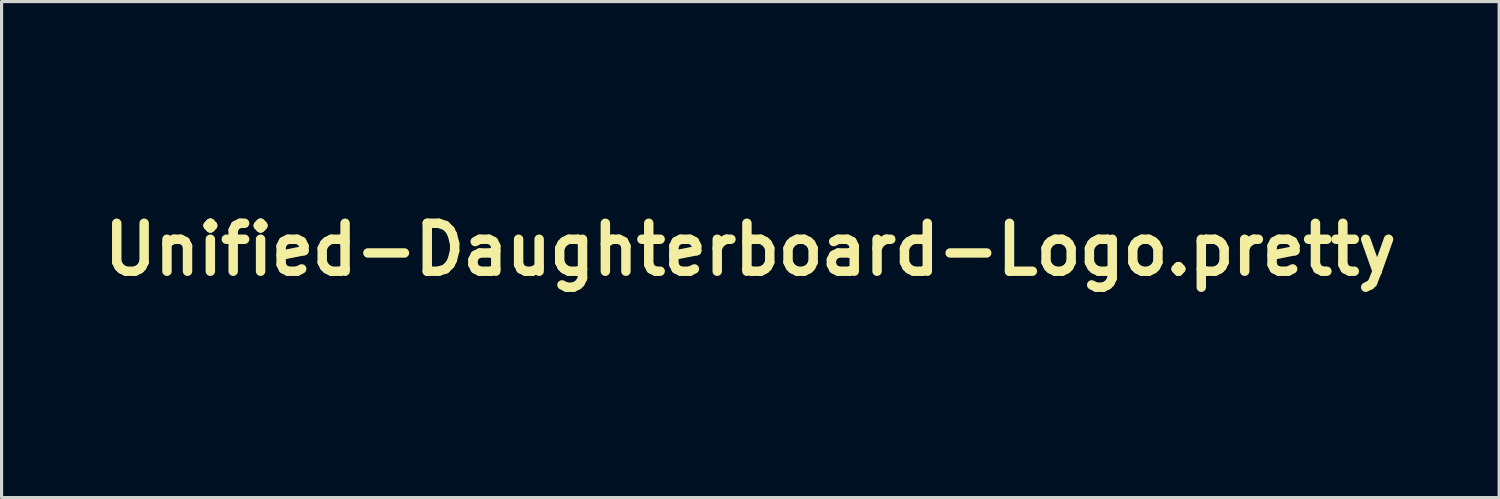
<source format=kicad_pcb>
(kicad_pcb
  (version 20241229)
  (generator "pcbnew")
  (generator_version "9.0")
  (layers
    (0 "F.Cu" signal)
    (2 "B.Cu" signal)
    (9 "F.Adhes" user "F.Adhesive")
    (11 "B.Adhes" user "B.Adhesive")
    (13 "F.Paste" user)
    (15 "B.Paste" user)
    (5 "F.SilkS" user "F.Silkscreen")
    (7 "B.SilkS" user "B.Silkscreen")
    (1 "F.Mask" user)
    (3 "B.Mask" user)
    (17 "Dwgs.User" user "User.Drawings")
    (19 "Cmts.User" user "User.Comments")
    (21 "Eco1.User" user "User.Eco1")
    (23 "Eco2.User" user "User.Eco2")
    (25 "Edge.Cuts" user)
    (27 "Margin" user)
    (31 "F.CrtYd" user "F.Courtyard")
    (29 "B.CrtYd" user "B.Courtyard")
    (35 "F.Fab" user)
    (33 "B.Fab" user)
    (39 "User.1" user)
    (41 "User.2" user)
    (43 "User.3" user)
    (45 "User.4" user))
  (footprint "Unified-Daughterboard-Logo.pretty"
    (layer "F.Cu")
    (at 20.799 4.881)
    (property "Reference" "Unified-Daughterboard-Logo.pretty" (at 0 0 180) (layer "F.SilkS") (effects (font (size 1.524 1.524) (thickness 0.3))))
    (attr through_hole)
    (fp_poly (pts (xy -1.33 2.627) (xy -1.328 2.632) (xy -1.325 2.641) (xy -1.321 2.653) (xy -1.316 2.668) (xy -1.31 2.686) (xy -1.303 2.706) (xy -1.296 2.729) (xy -1.287 2.755) (xy -1.278 2.783) (xy -1.269 2.813) (xy -1.258 2.845) (xy -1.247 2.879) (xy -1.236 2.914) (xy -1.224 2.951) (xy -1.212 2.989) (xy -1.199 3.028) (xy -1.19 3.055) (xy -1.051 3.487) (xy -0.598 3.486) (xy -0.556 3.486) (xy -0.515 3.486) (xy -0.476 3.486) (xy -0.438 3.486) (xy -0.401 3.486) (xy -0.366 3.486) (xy -0.333 3.486) (xy -0.302 3.486) (xy -0.273 3.486) (xy -0.247 3.486) (xy -0.224 3.486) (xy -0.203 3.486) (xy -0.185 3.486) (xy -0.17 3.486) (xy -0.158 3.486) (xy -0.15 3.486) (xy -0.146 3.486) (xy -0.145 3.486) (xy -0.147 3.487) (xy -0.151 3.491) (xy -0.159 3.496) (xy -0.169 3.504) (xy -0.182 3.513) (xy -0.197 3.524) (xy -0.215 3.537) (xy -0.235 3.552) (xy -0.257 3.568) (xy -0.28 3.585) (xy -0.306 3.603) (xy -0.333 3.623) (xy -0.362 3.644) (xy -0.392 3.666) (xy -0.424 3.689) (xy -0.456 3.712) (xy -0.489 3.736) (xy -0.511 3.752) (xy -0.545 3.777) (xy -0.578 3.8) (xy -0.61 3.824) (xy -0.641 3.846) (xy -0.671 3.868) (xy -0.699 3.888) (xy -0.726 3.907) (xy -0.751 3.926) (xy -0.774 3.943) (xy -0.795 3.958) (xy -0.814 3.972) (xy -0.831 3.984) (xy -0.846 3.995) (xy -0.858 4.004) (xy -0.867 4.011) (xy -0.874 4.015) (xy -0.877 4.018) (xy -0.878 4.019) (xy -0.877 4.021) (xy -0.875 4.026) (xy -0.873 4.035) (xy -0.869 4.047) (xy -0.864 4.062) (xy -0.858 4.079) (xy -0.852 4.099) (xy -0.844 4.121) (xy -0.836 4.146) (xy -0.828 4.172) (xy -0.819 4.2) (xy -0.809 4.23) (xy -0.799 4.26) (xy -0.789 4.292) (xy -0.778 4.325) (xy -0.767 4.358) (xy -0.756 4.392) (xy -0.745 4.426) (xy -0.734 4.46) (xy -0.723 4.494) (xy -0.712 4.528) (xy -0.701 4.561) (xy -0.69 4.594) (xy -0.68 4.625) (xy -0.67 4.655) (xy -0.661 4.684) (xy -0.652 4.711) (xy -0.643 4.737) (xy -0.635 4.761) (xy -0.628 4.782) (xy -0.622 4.801) (xy -0.617 4.817) (xy -0.612 4.831) (xy -0.609 4.842) (xy -0.608 4.843) (xy -0.605 4.854) (xy -0.602 4.864) (xy -0.6 4.872) (xy -0.598 4.877) (xy -0.598 4.879) (xy -0.598 4.879) (xy -0.6 4.878) (xy -0.605 4.875) (xy -0.612 4.869) (xy -0.623 4.861) (xy -0.636 4.852) (xy -0.651 4.841) (xy -0.669 4.828) (xy -0.689 4.813) (xy -0.711 4.797) (xy -0.735 4.78) (xy -0.761 4.761) (xy -0.788 4.741) (xy -0.817 4.72) (xy -0.847 4.698) (xy -0.878 4.675) (xy -0.911 4.652) (xy -0.944 4.627) (xy -0.965 4.612) (xy -1.33 4.346) (xy -1.676 4.598) (xy -1.709 4.622) (xy -1.741 4.646) (xy -1.773 4.669) (xy -1.803 4.691) (xy -1.833 4.713) (xy -1.861 4.733) (xy -1.888 4.753) (xy -1.913 4.771) (xy -1.937 4.788) (xy -1.958 4.804) (xy -1.978 4.818) (xy -1.995 4.831) (xy -2.01 4.842) (xy -2.022 4.85) (xy -2.031 4.857) (xy -2.038 4.862) (xy -2.042 4.865) (xy -2.042 4.865) (xy -2.05 4.871) (xy -2.056 4.875) (xy -2.061 4.878) (xy -2.063 4.879) (xy -2.063 4.879) (xy -2.063 4.877) (xy -2.061 4.872) (xy -2.058 4.863) (xy -2.054 4.851) (xy -2.049 4.835) (xy -2.043 4.817) (xy -2.036 4.796) (xy -2.029 4.773) (xy -2.02 4.747) (xy -2.011 4.719) (xy -2.001 4.689) (xy -1.991 4.657) (xy -1.98 4.623) (xy -1.968 4.588) (xy -1.956 4.551) (xy -1.944 4.513) (xy -1.931 4.474) (xy -1.923 4.449) (xy -1.91 4.409) (xy -1.897 4.371) (xy -1.885 4.333) (xy -1.873 4.297) (xy -1.862 4.262) (xy -1.851 4.229) (xy -1.841 4.197) (xy -1.831 4.168) (xy -1.822 4.141) (xy -1.814 4.116) (xy -1.807 4.093) (xy -1.801 4.073) (xy -1.795 4.056) (xy -1.791 4.042) (xy -1.787 4.031) (xy -1.785 4.023) (xy -1.784 4.019) (xy -1.783 4.018) (xy -1.785 4.017) (xy -1.79 4.013) (xy -1.797 4.007) (xy -1.808 4) (xy -1.821 3.99) (xy -1.836 3.979) (xy -1.854 3.966) (xy -1.874 3.951) (xy -1.896 3.935) (xy -1.92 3.918) (xy -1.945 3.899) (xy -1.973 3.88) (xy -2.001 3.859) (xy -2.031 3.837) (xy -2.063 3.814) (xy -2.095 3.791) (xy -2.128 3.767) (xy -2.147 3.754) (xy -2.18 3.729) (xy -2.213 3.705) (xy -2.245 3.682) (xy -2.276 3.66) (xy -2.306 3.638) (xy -2.334 3.618) (xy -2.361 3.599) (xy -2.386 3.581) (xy -2.409 3.564) (xy -2.43 3.548) (xy -2.449 3.535) (xy -2.466 3.522) (xy -2.481 3.512) (xy -2.493 3.503) (xy -2.502 3.496) (xy -2.509 3.492) (xy -2.512 3.489) (xy -2.513 3.488) (xy -2.513 3.488) (xy -2.513 3.488) (xy -2.512 3.488) (xy -2.51 3.487) (xy -2.507 3.487) (xy -2.503 3.487) (xy -2.497 3.487) (xy -2.491 3.486) (xy -2.482 3.486) (xy -2.472 3.486) (xy -2.46 3.486) (xy -2.446 3.486) (xy -2.43 3.486) (xy -2.412 3.486) (xy -2.391 3.486) (xy -2.367 3.486) (xy -2.341 3.486) (xy -2.312 3.486) (xy -2.28 3.486) (xy -2.245 3.486) (xy -2.206 3.486) (xy -2.164 3.486) (xy -2.118 3.486) (xy -2.069 3.486) (xy -2.063 3.486) (xy -1.609 3.487) (xy -1.47 3.057) (xy -1.458 3.017) (xy -1.445 2.978) (xy -1.433 2.94) (xy -1.421 2.904) (xy -1.41 2.869) (xy -1.399 2.836) (xy -1.389 2.804) (xy -1.379 2.775) (xy -1.371 2.748) (xy -1.363 2.723) (xy -1.355 2.7) (xy -1.349 2.68) (xy -1.343 2.663) (xy -1.339 2.649) (xy -1.335 2.638) (xy -1.332 2.63) (xy -1.331 2.626) (xy -1.331 2.625)) (stroke (width 0) (type solid)) (fill yes) (layer "F.Mask"))
    (fp_poly (pts (xy 1.319 2.631) (xy 1.321 2.636) (xy 1.324 2.645) (xy 1.328 2.658) (xy 1.333 2.673) (xy 1.339 2.691) (xy 1.346 2.712) (xy 1.354 2.735) (xy 1.362 2.761) (xy 1.371 2.789) (xy 1.381 2.819) (xy 1.391 2.851) (xy 1.402 2.885) (xy 1.414 2.921) (xy 1.425 2.958) (xy 1.438 2.996) (xy 1.45 3.035) (xy 1.459 3.06) (xy 1.597 3.49) (xy 2.051 3.49) (xy 2.098 3.49) (xy 2.143 3.49) (xy 2.186 3.49) (xy 2.227 3.49) (xy 2.266 3.49) (xy 2.302 3.49) (xy 2.336 3.49) (xy 2.367 3.49) (xy 2.395 3.49) (xy 2.42 3.49) (xy 2.442 3.49) (xy 2.461 3.49) (xy 2.476 3.49) (xy 2.488 3.491) (xy 2.497 3.491) (xy 2.502 3.491) (xy 2.503 3.491) (xy 2.501 3.492) (xy 2.496 3.496) (xy 2.489 3.501) (xy 2.478 3.509) (xy 2.465 3.518) (xy 2.45 3.53) (xy 2.432 3.543) (xy 2.412 3.557) (xy 2.39 3.573) (xy 2.366 3.59) (xy 2.34 3.609) (xy 2.313 3.629) (xy 2.284 3.649) (xy 2.254 3.671) (xy 2.223 3.694) (xy 2.19 3.717) (xy 2.157 3.741) (xy 2.14 3.754) (xy 2.106 3.778) (xy 2.073 3.802) (xy 2.041 3.825) (xy 2.01 3.847) (xy 1.981 3.869) (xy 1.952 3.889) (xy 1.926 3.909) (xy 1.901 3.927) (xy 1.877 3.943) (xy 1.856 3.959) (xy 1.837 3.973) (xy 1.82 3.985) (xy 1.806 3.995) (xy 1.794 4.004) (xy 1.785 4.011) (xy 1.778 4.015) (xy 1.775 4.018) (xy 1.774 4.018) (xy 1.773 4.019) (xy 1.773 4.019) (xy 1.773 4.02) (xy 1.773 4.021) (xy 1.773 4.023) (xy 1.773 4.025) (xy 1.774 4.029) (xy 1.775 4.033) (xy 1.777 4.038) (xy 1.779 4.045) (xy 1.781 4.053) (xy 1.784 4.062) (xy 1.788 4.074) (xy 1.792 4.087) (xy 1.797 4.102) (xy 1.802 4.119) (xy 1.808 4.139) (xy 1.816 4.161) (xy 1.823 4.185) (xy 1.832 4.212) (xy 1.842 4.242) (xy 1.853 4.275) (xy 1.865 4.311) (xy 1.878 4.35) (xy 1.891 4.393) (xy 1.907 4.439) (xy 1.911 4.452) (xy 1.924 4.491) (xy 1.936 4.53) (xy 1.949 4.568) (xy 1.96 4.604) (xy 1.972 4.639) (xy 1.983 4.672) (xy 1.993 4.703) (xy 2.003 4.733) (xy 2.011 4.76) (xy 2.02 4.785) (xy 2.027 4.808) (xy 2.033 4.828) (xy 2.039 4.845) (xy 2.044 4.859) (xy 2.047 4.87) (xy 2.05 4.878) (xy 2.051 4.882) (xy 2.051 4.883) (xy 2.05 4.882) (xy 2.045 4.879) (xy 2.038 4.873) (xy 2.028 4.866) (xy 2.015 4.857) (xy 1.999 4.846) (xy 1.982 4.833) (xy 1.962 4.819) (xy 1.94 4.803) (xy 1.916 4.785) (xy 1.891 4.767) (xy 1.864 4.747) (xy 1.835 4.726) (xy 1.805 4.704) (xy 1.774 4.682) (xy 1.741 4.658) (xy 1.708 4.634) (xy 1.685 4.617) (xy 1.318 4.349) (xy 1.312 4.354) (xy 1.31 4.355) (xy 1.305 4.359) (xy 1.297 4.365) (xy 1.286 4.373) (xy 1.273 4.383) (xy 1.257 4.394) (xy 1.239 4.407) (xy 1.218 4.422) (xy 1.196 4.438) (xy 1.172 4.456) (xy 1.146 4.475) (xy 1.119 4.495) (xy 1.09 4.516) (xy 1.06 4.538) (xy 1.028 4.561) (xy 0.996 4.585) (xy 0.963 4.609) (xy 0.947 4.62) (xy 0.914 4.644) (xy 0.881 4.668) (xy 0.849 4.691) (xy 0.819 4.714) (xy 0.789 4.735) (xy 0.762 4.756) (xy 0.735 4.775) (xy 0.71 4.793) (xy 0.688 4.809) (xy 0.667 4.825) (xy 0.648 4.838) (xy 0.631 4.851) (xy 0.617 4.861) (xy 0.605 4.869) (xy 0.596 4.876) (xy 0.59 4.88) (xy 0.587 4.883) (xy 0.586 4.883) (xy 0.586 4.882) (xy 0.587 4.877) (xy 0.589 4.87) (xy 0.592 4.861) (xy 0.596 4.85) (xy 0.597 4.847) (xy 0.598 4.841) (xy 0.601 4.832) (xy 0.605 4.82) (xy 0.61 4.804) (xy 0.616 4.786) (xy 0.623 4.764) (xy 0.631 4.741) (xy 0.64 4.714) (xy 0.649 4.686) (xy 0.659 4.656) (xy 0.669 4.624) (xy 0.681 4.59) (xy 0.692 4.555) (xy 0.704 4.518) (xy 0.716 4.481) (xy 0.729 4.443) (xy 0.738 4.416) (xy 0.753 4.37) (xy 0.766 4.327) (xy 0.779 4.288) (xy 0.791 4.253) (xy 0.801 4.22) (xy 0.811 4.191) (xy 0.82 4.164) (xy 0.827 4.14) (xy 0.834 4.119) (xy 0.84 4.101) (xy 0.845 4.084) (xy 0.85 4.07) (xy 0.854 4.058) (xy 0.857 4.048) (xy 0.859 4.04) (xy 0.861 4.033) (xy 0.862 4.028) (xy 0.863 4.024) (xy 0.864 4.021) (xy 0.864 4.02) (xy 0.864 4.019) (xy 0.862 4.018) (xy 0.857 4.015) (xy 0.849 4.009) (xy 0.839 4.001) (xy 0.826 3.992) (xy 0.81 3.98) (xy 0.792 3.967) (xy 0.772 3.953) (xy 0.75 3.937) (xy 0.726 3.92) (xy 0.7 3.901) (xy 0.673 3.881) (xy 0.644 3.86) (xy 0.614 3.838) (xy 0.583 3.816) (xy 0.55 3.792) (xy 0.517 3.768) (xy 0.499 3.755) (xy 0.465 3.731) (xy 0.432 3.707) (xy 0.4 3.684) (xy 0.369 3.661) (xy 0.34 3.64) (xy 0.312 3.62) (xy 0.285 3.6) (xy 0.26 3.582) (xy 0.237 3.566) (xy 0.216 3.55) (xy 0.197 3.537) (xy 0.18 3.524) (xy 0.166 3.514) (xy 0.154 3.505) (xy 0.145 3.499) (xy 0.138 3.494) (xy 0.135 3.492) (xy 0.134 3.491) (xy 0.136 3.491) (xy 0.142 3.491) (xy 0.151 3.491) (xy 0.164 3.49) (xy 0.181 3.49) (xy 0.201 3.49) (xy 0.226 3.49) (xy 0.253 3.49) (xy 0.285 3.49) (xy 0.319 3.49) (xy 0.357 3.49) (xy 0.399 3.49) (xy 0.443 3.49) (xy 0.491 3.49) (xy 0.543 3.49) (xy 0.586 3.49) (xy 1.039 3.49) (xy 1.178 3.059) (xy 1.191 3.019) (xy 1.204 2.98) (xy 1.216 2.942) (xy 1.228 2.906) (xy 1.239 2.871) (xy 1.25 2.838) (xy 1.26 2.807) (xy 1.27 2.778) (xy 1.278 2.75) (xy 1.287 2.725) (xy 1.294 2.703) (xy 1.3 2.683) (xy 1.306 2.666) (xy 1.311 2.652) (xy 1.314 2.641) (xy 1.317 2.634) (xy 1.318 2.63) (xy 1.319 2.629)) (stroke (width 0) (type solid)) (fill yes) (layer "F.Mask"))
    (fp_poly (pts (xy 2.493 -3.97) (xy 2.495 -3.965) (xy 2.498 -3.956) (xy 2.502 -3.944) (xy 2.507 -3.929) (xy 2.512 -3.911) (xy 2.519 -3.891) (xy 2.526 -3.869) (xy 2.534 -3.844) (xy 2.543 -3.818) (xy 2.552 -3.789) (xy 2.562 -3.759) (xy 2.572 -3.728) (xy 2.582 -3.696) (xy 2.593 -3.662) (xy 2.604 -3.628) (xy 2.615 -3.594) (xy 2.627 -3.559) (xy 2.638 -3.523) (xy 2.649 -3.488) (xy 2.661 -3.453) (xy 2.672 -3.419) (xy 2.683 -3.385) (xy 2.693 -3.352) (xy 2.704 -3.32) (xy 2.713 -3.289) (xy 2.723 -3.26) (xy 2.732 -3.232) (xy 2.74 -3.206) (xy 2.748 -3.182) (xy 2.755 -3.161) (xy 2.761 -3.141) (xy 2.765 -3.13) (xy 2.771 -3.111) (xy 3.225 -3.112) (xy 3.274 -3.112) (xy 3.32 -3.112) (xy 3.363 -3.112) (xy 3.402 -3.113) (xy 3.437 -3.113) (xy 3.469 -3.113) (xy 3.499 -3.113) (xy 3.525 -3.113) (xy 3.549 -3.113) (xy 3.57 -3.113) (xy 3.588 -3.113) (xy 3.605 -3.113) (xy 3.619 -3.113) (xy 3.631 -3.113) (xy 3.641 -3.113) (xy 3.65 -3.112) (xy 3.657 -3.112) (xy 3.663 -3.112) (xy 3.667 -3.112) (xy 3.67 -3.112) (xy 3.673 -3.111) (xy 3.674 -3.111) (xy 3.675 -3.111) (xy 3.675 -3.11) (xy 3.675 -3.11) (xy 3.675 -3.11) (xy 3.673 -3.108) (xy 3.668 -3.105) (xy 3.66 -3.099) (xy 3.649 -3.091) (xy 3.636 -3.081) (xy 3.62 -3.07) (xy 3.602 -3.057) (xy 3.582 -3.042) (xy 3.56 -3.026) (xy 3.536 -3.009) (xy 3.51 -2.99) (xy 3.483 -2.97) (xy 3.454 -2.949) (xy 3.423 -2.927) (xy 3.392 -2.905) (xy 3.359 -2.881) (xy 3.326 -2.857) (xy 3.307 -2.843) (xy 2.943 -2.58) (xy 2.954 -2.548) (xy 2.958 -2.535) (xy 2.963 -2.519) (xy 2.97 -2.5) (xy 2.977 -2.479) (xy 2.984 -2.456) (xy 2.993 -2.43) (xy 3.002 -2.403) (xy 3.011 -2.374) (xy 3.021 -2.344) (xy 3.031 -2.312) (xy 3.042 -2.28) (xy 3.053 -2.247) (xy 3.064 -2.213) (xy 3.075 -2.179) (xy 3.086 -2.144) (xy 3.097 -2.11) (xy 3.109 -2.075) (xy 3.12 -2.042) (xy 3.13 -2.008) (xy 3.141 -1.976) (xy 3.151 -1.945) (xy 3.161 -1.914) (xy 3.171 -1.886) (xy 3.179 -1.858) (xy 3.188 -1.833) (xy 3.195 -1.81) (xy 3.202 -1.788) (xy 3.208 -1.77) (xy 3.213 -1.754) (xy 3.218 -1.74) (xy 3.221 -1.73) (xy 3.223 -1.723) (xy 3.224 -1.719) (xy 3.224 -1.719) (xy 3.223 -1.72) (xy 3.218 -1.723) (xy 3.211 -1.729) (xy 3.2 -1.736) (xy 3.187 -1.745) (xy 3.172 -1.757) (xy 3.154 -1.769) (xy 3.135 -1.784) (xy 3.113 -1.8) (xy 3.089 -1.817) (xy 3.063 -1.836) (xy 3.036 -1.855) (xy 3.007 -1.876) (xy 2.977 -1.898) (xy 2.946 -1.921) (xy 2.914 -1.945) (xy 2.881 -1.969) (xy 2.859 -1.985) (xy 2.825 -2.009) (xy 2.792 -2.033) (xy 2.76 -2.057) (xy 2.729 -2.079) (xy 2.699 -2.101) (xy 2.671 -2.121) (xy 2.644 -2.141) (xy 2.619 -2.159) (xy 2.596 -2.176) (xy 2.575 -2.191) (xy 2.555 -2.205) (xy 2.538 -2.217) (xy 2.524 -2.228) (xy 2.512 -2.236) (xy 2.502 -2.243) (xy 2.496 -2.248) (xy 2.492 -2.25) (xy 2.491 -2.251) (xy 2.489 -2.25) (xy 2.484 -2.246) (xy 2.477 -2.241) (xy 2.466 -2.233) (xy 2.453 -2.224) (xy 2.438 -2.213) (xy 2.42 -2.2) (xy 2.4 -2.185) (xy 2.378 -2.169) (xy 2.354 -2.152) (xy 2.328 -2.133) (xy 2.301 -2.113) (xy 2.272 -2.092) (xy 2.242 -2.07) (xy 2.211 -2.048) (xy 2.179 -2.024) (xy 2.145 -2) (xy 2.125 -1.985) (xy 2.091 -1.96) (xy 2.058 -1.936) (xy 2.026 -1.913) (xy 1.996 -1.89) (xy 1.966 -1.869) (xy 1.938 -1.848) (xy 1.911 -1.829) (xy 1.886 -1.811) (xy 1.863 -1.794) (xy 1.842 -1.778) (xy 1.823 -1.765) (xy 1.806 -1.752) (xy 1.792 -1.742) (xy 1.78 -1.733) (xy 1.77 -1.726) (xy 1.764 -1.722) (xy 1.76 -1.719) (xy 1.76 -1.719) (xy 1.76 -1.72) (xy 1.761 -1.725) (xy 1.764 -1.733) (xy 1.767 -1.744) (xy 1.771 -1.757) (xy 1.775 -1.771) (xy 1.781 -1.787) (xy 1.783 -1.795) (xy 1.806 -1.865) (xy 1.827 -1.93) (xy 1.848 -1.993) (xy 1.867 -2.051) (xy 1.885 -2.106) (xy 1.902 -2.158) (xy 1.918 -2.207) (xy 1.933 -2.252) (xy 1.946 -2.294) (xy 1.959 -2.333) (xy 1.971 -2.368) (xy 1.981 -2.401) (xy 1.991 -2.431) (xy 2 -2.458) (xy 2.008 -2.482) (xy 2.015 -2.503) (xy 2.021 -2.521) (xy 2.026 -2.537) (xy 2.03 -2.551) (xy 2.033 -2.562) (xy 2.036 -2.57) (xy 2.038 -2.576) (xy 2.039 -2.58) (xy 2.039 -2.581) (xy 2.039 -2.581) (xy 2.038 -2.582) (xy 2.033 -2.586) (xy 2.026 -2.591) (xy 2.015 -2.599) (xy 2.002 -2.608) (xy 1.987 -2.619) (xy 1.969 -2.632) (xy 1.949 -2.646) (xy 1.927 -2.662) (xy 1.903 -2.68) (xy 1.878 -2.698) (xy 1.85 -2.718) (xy 1.822 -2.739) (xy 1.791 -2.76) (xy 1.76 -2.783) (xy 1.728 -2.807) (xy 1.694 -2.831) (xy 1.673 -2.846) (xy 1.639 -2.87) (xy 1.606 -2.894) (xy 1.574 -2.917) (xy 1.543 -2.94) (xy 1.514 -2.961) (xy 1.485 -2.982) (xy 1.459 -3.001) (xy 1.433 -3.019) (xy 1.41 -3.036) (xy 1.389 -3.051) (xy 1.37 -3.065) (xy 1.353 -3.078) (xy 1.338 -3.088) (xy 1.326 -3.097) (xy 1.317 -3.104) (xy 1.31 -3.108) (xy 1.307 -3.111) (xy 1.306 -3.112) (xy 1.308 -3.112) (xy 1.313 -3.112) (xy 1.322 -3.112) (xy 1.335 -3.112) (xy 1.351 -3.112) (xy 1.371 -3.112) (xy 1.394 -3.113) (xy 1.42 -3.113) (xy 1.449 -3.113) (xy 1.481 -3.113) (xy 1.516 -3.113) (xy 1.553 -3.113) (xy 1.593 -3.113) (xy 1.635 -3.112) (xy 1.68 -3.112) (xy 1.727 -3.112) (xy 1.758 -3.112) (xy 2.213 -3.111) (xy 2.352 -3.542) (xy 2.365 -3.582) (xy 2.377 -3.621) (xy 2.389 -3.658) (xy 2.401 -3.695) (xy 2.413 -3.73) (xy 2.423 -3.763) (xy 2.433 -3.794) (xy 2.443 -3.823) (xy 2.452 -3.851) (xy 2.46 -3.876) (xy 2.467 -3.898) (xy 2.474 -3.918) (xy 2.48 -3.935) (xy 2.484 -3.949) (xy 2.488 -3.96) (xy 2.49 -3.967) (xy 2.492 -3.971) (xy 2.492 -3.972)) (stroke (width 0) (type solid)) (fill yes) (layer "F.Mask"))
    (fp_poly (pts (xy -3.812 -1.687) (xy -3.81 -1.682) (xy -3.807 -1.673) (xy -3.803 -1.661) (xy -3.798 -1.646) (xy -3.793 -1.628) (xy -3.786 -1.607) (xy -3.778 -1.584) (xy -3.77 -1.558) (xy -3.761 -1.53) (xy -3.751 -1.5) (xy -3.741 -1.468) (xy -3.73 -1.434) (xy -3.718 -1.398) (xy -3.706 -1.362) (xy -3.694 -1.324) (xy -3.681 -1.284) (xy -3.673 -1.258) (xy -3.534 -0.826) (xy -3.079 -0.827) (xy -3.027 -0.828) (xy -2.98 -0.828) (xy -2.935 -0.828) (xy -2.895 -0.828) (xy -2.858 -0.828) (xy -2.824 -0.828) (xy -2.793 -0.828) (xy -2.765 -0.828) (xy -2.741 -0.828) (xy -2.719 -0.828) (xy -2.699 -0.828) (xy -2.683 -0.828) (xy -2.669 -0.828) (xy -2.657 -0.828) (xy -2.647 -0.827) (xy -2.64 -0.827) (xy -2.634 -0.827) (xy -2.63 -0.827) (xy -2.628 -0.827) (xy -2.628 -0.826) (xy -2.628 -0.826) (xy -2.63 -0.825) (xy -2.634 -0.821) (xy -2.642 -0.816) (xy -2.653 -0.808) (xy -2.666 -0.799) (xy -2.682 -0.787) (xy -2.699 -0.774) (xy -2.72 -0.76) (xy -2.742 -0.744) (xy -2.766 -0.726) (xy -2.792 -0.708) (xy -2.819 -0.688) (xy -2.848 -0.667) (xy -2.878 -0.645) (xy -2.91 -0.622) (xy -2.942 -0.599) (xy -2.975 -0.575) (xy -2.995 -0.56) (xy -3.029 -0.536) (xy -3.062 -0.512) (xy -3.094 -0.489) (xy -3.125 -0.467) (xy -3.155 -0.445) (xy -3.183 -0.425) (xy -3.209 -0.405) (xy -3.234 -0.387) (xy -3.257 -0.37) (xy -3.279 -0.355) (xy -3.298 -0.341) (xy -3.314 -0.329) (xy -3.329 -0.318) (xy -3.341 -0.309) (xy -3.35 -0.303) (xy -3.356 -0.298) (xy -3.36 -0.295) (xy -3.36 -0.295) (xy -3.36 -0.293) (xy -3.358 -0.287) (xy -3.355 -0.278) (xy -3.351 -0.266) (xy -3.346 -0.25) (xy -3.34 -0.232) (xy -3.333 -0.211) (xy -3.326 -0.188) (xy -3.317 -0.162) (xy -3.308 -0.134) (xy -3.298 -0.104) (xy -3.288 -0.072) (xy -3.277 -0.038) (xy -3.265 -0.003) (xy -3.253 0.034) (xy -3.241 0.072) (xy -3.228 0.111) (xy -3.22 0.135) (xy -3.207 0.175) (xy -3.194 0.214) (xy -3.182 0.251) (xy -3.17 0.288) (xy -3.159 0.322) (xy -3.148 0.355) (xy -3.138 0.387) (xy -3.128 0.416) (xy -3.12 0.443) (xy -3.112 0.468) (xy -3.104 0.491) (xy -3.098 0.51) (xy -3.092 0.527) (xy -3.088 0.541) (xy -3.084 0.552) (xy -3.082 0.56) (xy -3.081 0.564) (xy -3.08 0.565) (xy -3.082 0.564) (xy -3.087 0.561) (xy -3.094 0.555) (xy -3.104 0.548) (xy -3.117 0.539) (xy -3.133 0.528) (xy -3.15 0.515) (xy -3.17 0.5) (xy -3.192 0.485) (xy -3.216 0.467) (xy -3.241 0.449) (xy -3.269 0.429) (xy -3.297 0.408) (xy -3.327 0.386) (xy -3.359 0.364) (xy -3.391 0.34) (xy -3.424 0.316) (xy -3.446 0.3) (xy -3.48 0.275) (xy -3.513 0.251) (xy -3.545 0.228) (xy -3.576 0.205) (xy -3.605 0.184) (xy -3.633 0.163) (xy -3.66 0.144) (xy -3.685 0.126) (xy -3.708 0.109) (xy -3.73 0.093) (xy -3.749 0.079) (xy -3.766 0.067) (xy -3.78 0.057) (xy -3.792 0.048) (xy -3.802 0.041) (xy -3.808 0.036) (xy -3.812 0.034) (xy -3.813 0.033) (xy -3.814 0.034) (xy -3.819 0.038) (xy -3.827 0.043) (xy -3.837 0.051) (xy -3.85 0.06) (xy -3.865 0.071) (xy -3.883 0.084) (xy -3.903 0.099) (xy -3.925 0.115) (xy -3.949 0.132) (xy -3.975 0.15) (xy -4.002 0.17) (xy -4.031 0.191) (xy -4.061 0.213) (xy -4.092 0.236) (xy -4.124 0.259) (xy -4.157 0.284) (xy -4.178 0.298) (xy -4.211 0.323) (xy -4.244 0.347) (xy -4.276 0.37) (xy -4.307 0.393) (xy -4.337 0.414) (xy -4.365 0.435) (xy -4.391 0.454) (xy -4.416 0.473) (xy -4.44 0.49) (xy -4.461 0.505) (xy -4.48 0.519) (xy -4.497 0.531) (xy -4.511 0.542) (xy -4.523 0.551) (xy -4.533 0.557) (xy -4.539 0.562) (xy -4.543 0.565) (xy -4.544 0.565) (xy -4.545 0.566) (xy -4.545 0.563) (xy -4.545 0.562) (xy -4.544 0.56) (xy -4.542 0.554) (xy -4.539 0.545) (xy -4.535 0.532) (xy -4.53 0.517) (xy -4.524 0.498) (xy -4.517 0.477) (xy -4.51 0.454) (xy -4.501 0.428) (xy -4.492 0.399) (xy -4.482 0.369) (xy -4.471 0.337) (xy -4.46 0.303) (xy -4.449 0.268) (xy -4.437 0.231) (xy -4.424 0.193) (xy -4.411 0.154) (xy -4.404 0.132) (xy -4.392 0.093) (xy -4.379 0.054) (xy -4.367 0.017) (xy -4.355 -0.019) (xy -4.344 -0.054) (xy -4.333 -0.087) (xy -4.323 -0.118) (xy -4.313 -0.147) (xy -4.304 -0.174) (xy -4.296 -0.199) (xy -4.289 -0.221) (xy -4.283 -0.241) (xy -4.277 -0.258) (xy -4.273 -0.272) (xy -4.269 -0.283) (xy -4.267 -0.29) (xy -4.266 -0.294) (xy -4.265 -0.295) (xy -4.267 -0.296) (xy -4.272 -0.3) (xy -4.279 -0.305) (xy -4.289 -0.313) (xy -4.302 -0.322) (xy -4.318 -0.333) (xy -4.335 -0.346) (xy -4.355 -0.361) (xy -4.377 -0.377) (xy -4.401 -0.394) (xy -4.427 -0.413) (xy -4.454 -0.433) (xy -4.483 -0.454) (xy -4.513 -0.475) (xy -4.544 -0.498) (xy -4.576 -0.522) (xy -4.61 -0.546) (xy -4.63 -0.56) (xy -4.664 -0.585) (xy -4.697 -0.609) (xy -4.729 -0.632) (xy -4.76 -0.654) (xy -4.79 -0.676) (xy -4.818 -0.696) (xy -4.845 -0.716) (xy -4.87 -0.734) (xy -4.893 -0.751) (xy -4.914 -0.766) (xy -4.934 -0.78) (xy -4.951 -0.792) (xy -4.965 -0.803) (xy -4.977 -0.811) (xy -4.987 -0.818) (xy -4.993 -0.823) (xy -4.997 -0.826) (xy -4.998 -0.826) (xy -4.997 -0.827) (xy -4.995 -0.827) (xy -4.992 -0.827) (xy -4.986 -0.827) (xy -4.979 -0.827) (xy -4.969 -0.828) (xy -4.958 -0.828) (xy -4.944 -0.828) (xy -4.927 -0.828) (xy -4.908 -0.828) (xy -4.886 -0.828) (xy -4.862 -0.828) (xy -4.835 -0.828) (xy -4.804 -0.828) (xy -4.77 -0.828) (xy -4.733 -0.828) (xy -4.693 -0.828) (xy -4.649 -0.828) (xy -4.601 -0.828) (xy -4.55 -0.827) (xy -4.546 -0.827) (xy -4.092 -0.826) (xy -3.953 -1.258) (xy -3.94 -1.297) (xy -3.927 -1.336) (xy -3.915 -1.374) (xy -3.903 -1.41) (xy -3.892 -1.445) (xy -3.881 -1.478) (xy -3.871 -1.51) (xy -3.862 -1.539) (xy -3.853 -1.567) (xy -3.845 -1.592) (xy -3.837 -1.614) (xy -3.831 -1.634) (xy -3.825 -1.651) (xy -3.821 -1.665) (xy -3.817 -1.676) (xy -3.815 -1.684) (xy -3.813 -1.688) (xy -3.813 -1.689)) (stroke (width 0) (type solid)) (fill yes) (layer "F.Mask"))
    (fp_poly (pts (xy -3.355 0.922) (xy -3.353 0.928) (xy -3.35 0.937) (xy -3.346 0.949) (xy -3.342 0.964) (xy -3.336 0.982) (xy -3.329 1.003) (xy -3.321 1.027) (xy -3.313 1.053) (xy -3.304 1.081) (xy -3.294 1.111) (xy -3.284 1.143) (xy -3.273 1.177) (xy -3.261 1.212) (xy -3.249 1.249) (xy -3.237 1.287) (xy -3.225 1.326) (xy -3.217 1.349) (xy -3.204 1.389) (xy -3.192 1.427) (xy -3.18 1.465) (xy -3.168 1.501) (xy -3.157 1.536) (xy -3.146 1.569) (xy -3.136 1.6) (xy -3.126 1.63) (xy -3.118 1.657) (xy -3.11 1.682) (xy -3.102 1.704) (xy -3.096 1.724) (xy -3.09 1.741) (xy -3.086 1.755) (xy -3.082 1.766) (xy -3.08 1.774) (xy -3.078 1.778) (xy -3.078 1.779) (xy -3.077 1.779) (xy -3.075 1.779) (xy -3.072 1.779) (xy -3.066 1.78) (xy -3.059 1.78) (xy -3.051 1.78) (xy -3.04 1.78) (xy -3.027 1.78) (xy -3.012 1.78) (xy -2.994 1.781) (xy -2.974 1.781) (xy -2.951 1.781) (xy -2.926 1.781) (xy -2.897 1.781) (xy -2.866 1.781) (xy -2.831 1.781) (xy -2.793 1.781) (xy -2.752 1.781) (xy -2.707 1.781) (xy -2.658 1.781) (xy -2.623 1.781) (xy -2.572 1.781) (xy -2.524 1.781) (xy -2.48 1.781) (xy -2.44 1.781) (xy -2.402 1.781) (xy -2.369 1.781) (xy -2.338 1.781) (xy -2.311 1.781) (xy -2.286 1.781) (xy -2.264 1.782) (xy -2.245 1.782) (xy -2.228 1.782) (xy -2.214 1.782) (xy -2.202 1.782) (xy -2.193 1.782) (xy -2.185 1.782) (xy -2.18 1.783) (xy -2.176 1.783) (xy -2.174 1.783) (xy -2.173 1.783) (xy -2.173 1.783) (xy -2.175 1.785) (xy -2.18 1.788) (xy -2.188 1.794) (xy -2.198 1.802) (xy -2.211 1.811) (xy -2.227 1.822) (xy -2.245 1.835) (xy -2.265 1.85) (xy -2.287 1.866) (xy -2.311 1.883) (xy -2.337 1.902) (xy -2.364 1.922) (xy -2.393 1.943) (xy -2.424 1.965) (xy -2.455 1.987) (xy -2.487 2.011) (xy -2.521 2.035) (xy -2.541 2.049) (xy -2.905 2.313) (xy -2.898 2.335) (xy -2.893 2.35) (xy -2.887 2.367) (xy -2.881 2.386) (xy -2.873 2.408) (xy -2.866 2.432) (xy -2.857 2.459) (xy -2.848 2.486) (xy -2.838 2.516) (xy -2.828 2.547) (xy -2.818 2.578) (xy -2.807 2.611) (xy -2.796 2.645) (xy -2.785 2.679) (xy -2.774 2.714) (xy -2.762 2.749) (xy -2.751 2.783) (xy -2.74 2.818) (xy -2.729 2.852) (xy -2.718 2.885) (xy -2.707 2.918) (xy -2.697 2.949) (xy -2.687 2.979) (xy -2.678 3.008) (xy -2.669 3.035) (xy -2.661 3.061) (xy -2.653 3.084) (xy -2.646 3.105) (xy -2.64 3.124) (xy -2.635 3.14) (xy -2.631 3.153) (xy -2.628 3.163) (xy -2.625 3.17) (xy -2.624 3.173) (xy -2.624 3.174) (xy -2.626 3.172) (xy -2.631 3.169) (xy -2.638 3.164) (xy -2.648 3.156) (xy -2.661 3.147) (xy -2.677 3.136) (xy -2.694 3.123) (xy -2.714 3.109) (xy -2.736 3.093) (xy -2.76 3.076) (xy -2.786 3.057) (xy -2.813 3.037) (xy -2.841 3.016) (xy -2.872 2.994) (xy -2.903 2.972) (xy -2.935 2.948) (xy -2.968 2.924) (xy -2.991 2.908) (xy -3.356 2.641) (xy -3.363 2.645) (xy -3.365 2.647) (xy -3.37 2.651) (xy -3.378 2.657) (xy -3.389 2.664) (xy -3.402 2.674) (xy -3.418 2.686) (xy -3.436 2.699) (xy -3.456 2.714) (xy -3.479 2.73) (xy -3.503 2.748) (xy -3.529 2.766) (xy -3.556 2.787) (xy -3.585 2.808) (xy -3.615 2.83) (xy -3.647 2.853) (xy -3.679 2.876) (xy -3.712 2.9) (xy -3.728 2.912) (xy -3.762 2.936) (xy -3.794 2.96) (xy -3.826 2.983) (xy -3.856 3.006) (xy -3.886 3.027) (xy -3.914 3.047) (xy -3.94 3.066) (xy -3.965 3.084) (xy -3.988 3.101) (xy -4.008 3.116) (xy -4.027 3.13) (xy -4.044 3.142) (xy -4.058 3.152) (xy -4.069 3.161) (xy -4.078 3.167) (xy -4.085 3.171) (xy -4.088 3.174) (xy -4.088 3.174) (xy -4.089 3.173) (xy -4.089 3.173) (xy -4.088 3.171) (xy -4.087 3.165) (xy -4.084 3.156) (xy -4.08 3.144) (xy -4.075 3.129) (xy -4.069 3.111) (xy -4.062 3.09) (xy -4.055 3.066) (xy -4.046 3.041) (xy -4.037 3.013) (xy -4.027 2.982) (xy -4.017 2.95) (xy -4.006 2.917) (xy -3.994 2.881) (xy -3.982 2.844) (xy -3.97 2.806) (xy -3.957 2.767) (xy -3.949 2.742) (xy -3.933 2.695) (xy -3.919 2.652) (xy -3.906 2.612) (xy -3.894 2.575) (xy -3.883 2.541) (xy -3.873 2.51) (xy -3.864 2.483) (xy -3.856 2.458) (xy -3.848 2.435) (xy -3.842 2.415) (xy -3.836 2.397) (xy -3.831 2.382) (xy -3.827 2.368) (xy -3.823 2.357) (xy -3.82 2.347) (xy -3.818 2.338) (xy -3.816 2.331) (xy -3.814 2.326) (xy -3.813 2.321) (xy -3.812 2.318) (xy -3.811 2.315) (xy -3.811 2.313) (xy -3.811 2.312) (xy -3.811 2.311) (xy -3.812 2.31) (xy -3.812 2.31) (xy -3.814 2.309) (xy -3.819 2.305) (xy -3.827 2.299) (xy -3.837 2.292) (xy -3.85 2.282) (xy -3.866 2.271) (xy -3.884 2.258) (xy -3.904 2.243) (xy -3.926 2.227) (xy -3.951 2.209) (xy -3.976 2.191) (xy -4.004 2.171) (xy -4.033 2.15) (xy -4.063 2.128) (xy -4.094 2.105) (xy -4.127 2.082) (xy -4.16 2.058) (xy -4.177 2.046) (xy -4.211 2.021) (xy -4.244 1.997) (xy -4.276 1.974) (xy -4.306 1.952) (xy -4.336 1.931) (xy -4.364 1.911) (xy -4.39 1.891) (xy -4.415 1.873) (xy -4.438 1.857) (xy -4.459 1.841) (xy -4.478 1.828) (xy -4.495 1.816) (xy -4.51 1.805) (xy -4.521 1.797) (xy -4.53 1.79) (xy -4.537 1.786) (xy -4.54 1.783) (xy -4.541 1.783) (xy -4.539 1.782) (xy -4.533 1.782) (xy -4.524 1.782) (xy -4.511 1.782) (xy -4.495 1.782) (xy -4.476 1.782) (xy -4.454 1.782) (xy -4.428 1.781) (xy -4.4 1.781) (xy -4.369 1.781) (xy -4.335 1.781) (xy -4.299 1.781) (xy -4.261 1.781) (xy -4.22 1.781) (xy -4.178 1.781) (xy -4.133 1.781) (xy -4.089 1.781) (xy -3.635 1.781) (xy -3.496 1.35) (xy -3.483 1.31) (xy -3.471 1.271) (xy -3.459 1.234) (xy -3.447 1.198) (xy -3.436 1.163) (xy -3.425 1.13) (xy -3.415 1.098) (xy -3.405 1.069) (xy -3.396 1.042) (xy -3.388 1.017) (xy -3.381 0.994) (xy -3.374 0.975) (xy -3.369 0.958) (xy -3.364 0.944) (xy -3.36 0.933) (xy -3.358 0.925) (xy -3.356 0.921) (xy -3.356 0.92)) (stroke (width 0) (type solid)) (fill yes) (layer "F.Mask"))
    (fp_poly (pts (xy 0.005 -4.88) (xy 0.007 -4.875) (xy 0.01 -4.868) (xy 0.013 -4.859) (xy 0.016 -4.85) (xy 0.018 -4.845) (xy 0.02 -4.836) (xy 0.024 -4.824) (xy 0.029 -4.809) (xy 0.035 -4.791) (xy 0.042 -4.77) (xy 0.049 -4.747) (xy 0.057 -4.721) (xy 0.067 -4.693) (xy 0.076 -4.663) (xy 0.086 -4.631) (xy 0.097 -4.597) (xy 0.109 -4.562) (xy 0.12 -4.526) (xy 0.132 -4.489) (xy 0.145 -4.451) (xy 0.155 -4.418) (xy 0.283 -4.02) (xy 0.737 -4.021) (xy 0.779 -4.021) (xy 0.82 -4.022) (xy 0.86 -4.022) (xy 0.898 -4.022) (xy 0.934 -4.022) (xy 0.969 -4.022) (xy 1.002 -4.022) (xy 1.033 -4.022) (xy 1.062 -4.022) (xy 1.088 -4.022) (xy 1.112 -4.022) (xy 1.133 -4.022) (xy 1.151 -4.022) (xy 1.166 -4.022) (xy 1.178 -4.022) (xy 1.186 -4.022) (xy 1.19 -4.022) (xy 1.191 -4.022) (xy 1.19 -4.021) (xy 1.185 -4.017) (xy 1.178 -4.012) (xy 1.167 -4.004) (xy 1.154 -3.995) (xy 1.139 -3.984) (xy 1.121 -3.971) (xy 1.102 -3.957) (xy 1.08 -3.941) (xy 1.056 -3.923) (xy 1.03 -3.905) (xy 1.003 -3.885) (xy 0.974 -3.864) (xy 0.944 -3.843) (xy 0.913 -3.82) (xy 0.88 -3.796) (xy 0.847 -3.772) (xy 0.824 -3.756) (xy 0.79 -3.731) (xy 0.757 -3.707) (xy 0.725 -3.684) (xy 0.694 -3.662) (xy 0.664 -3.64) (xy 0.636 -3.62) (xy 0.609 -3.6) (xy 0.584 -3.582) (xy 0.561 -3.565) (xy 0.54 -3.55) (xy 0.52 -3.536) (xy 0.503 -3.523) (xy 0.489 -3.513) (xy 0.477 -3.504) (xy 0.468 -3.497) (xy 0.461 -3.492) (xy 0.457 -3.489) (xy 0.457 -3.488) (xy 0.457 -3.486) (xy 0.459 -3.481) (xy 0.462 -3.472) (xy 0.466 -3.46) (xy 0.471 -3.444) (xy 0.477 -3.426) (xy 0.484 -3.405) (xy 0.491 -3.382) (xy 0.5 -3.356) (xy 0.509 -3.328) (xy 0.519 -3.298) (xy 0.529 -3.266) (xy 0.54 -3.232) (xy 0.552 -3.197) (xy 0.564 -3.16) (xy 0.576 -3.122) (xy 0.589 -3.083) (xy 0.597 -3.057) (xy 0.61 -3.018) (xy 0.623 -2.979) (xy 0.635 -2.941) (xy 0.647 -2.905) (xy 0.659 -2.87) (xy 0.669 -2.837) (xy 0.68 -2.806) (xy 0.689 -2.777) (xy 0.698 -2.749) (xy 0.706 -2.725) (xy 0.714 -2.702) (xy 0.72 -2.682) (xy 0.725 -2.665) (xy 0.73 -2.651) (xy 0.734 -2.64) (xy 0.736 -2.633) (xy 0.737 -2.628) (xy 0.737 -2.628) (xy 0.736 -2.629) (xy 0.731 -2.632) (xy 0.724 -2.637) (xy 0.713 -2.645) (xy 0.701 -2.654) (xy 0.685 -2.665) (xy 0.668 -2.678) (xy 0.648 -2.692) (xy 0.626 -2.708) (xy 0.602 -2.726) (xy 0.576 -2.744) (xy 0.549 -2.764) (xy 0.521 -2.785) (xy 0.491 -2.807) (xy 0.459 -2.83) (xy 0.427 -2.853) (xy 0.394 -2.877) (xy 0.371 -2.894) (xy 0.338 -2.918) (xy 0.305 -2.943) (xy 0.273 -2.966) (xy 0.242 -2.988) (xy 0.212 -3.01) (xy 0.184 -3.03) (xy 0.157 -3.05) (xy 0.132 -3.068) (xy 0.108 -3.085) (xy 0.087 -3.1) (xy 0.068 -3.114) (xy 0.051 -3.126) (xy 0.036 -3.137) (xy 0.024 -3.145) (xy 0.014 -3.152) (xy 0.008 -3.157) (xy 0.004 -3.159) (xy 0.003 -3.16) (xy 0.001 -3.158) (xy -0.003 -3.155) (xy -0.011 -3.149) (xy -0.022 -3.142) (xy -0.035 -3.132) (xy -0.05 -3.121) (xy -0.068 -3.108) (xy -0.088 -3.094) (xy -0.11 -3.078) (xy -0.134 -3.06) (xy -0.16 -3.042) (xy -0.187 -3.022) (xy -0.216 -3.001) (xy -0.246 -2.979) (xy -0.277 -2.956) (xy -0.309 -2.933) (xy -0.343 -2.908) (xy -0.362 -2.894) (xy -0.395 -2.87) (xy -0.428 -2.846) (xy -0.46 -2.823) (xy -0.491 -2.8) (xy -0.52 -2.779) (xy -0.549 -2.758) (xy -0.575 -2.739) (xy -0.6 -2.721) (xy -0.623 -2.704) (xy -0.644 -2.688) (xy -0.663 -2.674) (xy -0.68 -2.662) (xy -0.695 -2.652) (xy -0.707 -2.643) (xy -0.716 -2.636) (xy -0.722 -2.631) (xy -0.726 -2.629) (xy -0.727 -2.628) (xy -0.728 -2.628) (xy -0.728 -2.631) (xy -0.728 -2.632) (xy -0.727 -2.634) (xy -0.725 -2.64) (xy -0.722 -2.649) (xy -0.718 -2.661) (xy -0.713 -2.677) (xy -0.707 -2.695) (xy -0.7 -2.716) (xy -0.692 -2.74) (xy -0.684 -2.766) (xy -0.675 -2.794) (xy -0.665 -2.825) (xy -0.654 -2.857) (xy -0.643 -2.891) (xy -0.632 -2.926) (xy -0.619 -2.963) (xy -0.607 -3.001) (xy -0.594 -3.04) (xy -0.587 -3.061) (xy -0.574 -3.101) (xy -0.562 -3.139) (xy -0.55 -3.177) (xy -0.538 -3.213) (xy -0.526 -3.248) (xy -0.516 -3.281) (xy -0.505 -3.312) (xy -0.496 -3.341) (xy -0.487 -3.368) (xy -0.479 -3.393) (xy -0.472 -3.415) (xy -0.465 -3.435) (xy -0.46 -3.452) (xy -0.455 -3.465) (xy -0.452 -3.476) (xy -0.449 -3.484) (xy -0.448 -3.488) (xy -0.448 -3.488) (xy -0.449 -3.489) (xy -0.454 -3.493) (xy -0.462 -3.499) (xy -0.472 -3.506) (xy -0.485 -3.516) (xy -0.5 -3.527) (xy -0.518 -3.54) (xy -0.537 -3.554) (xy -0.559 -3.57) (xy -0.583 -3.587) (xy -0.609 -3.606) (xy -0.636 -3.626) (xy -0.665 -3.647) (xy -0.695 -3.669) (xy -0.726 -3.691) (xy -0.759 -3.715) (xy -0.792 -3.739) (xy -0.813 -3.754) (xy -0.847 -3.779) (xy -0.88 -3.802) (xy -0.912 -3.826) (xy -0.943 -3.848) (xy -0.972 -3.869) (xy -1.001 -3.89) (xy -1.027 -3.909) (xy -1.053 -3.928) (xy -1.076 -3.944) (xy -1.097 -3.96) (xy -1.116 -3.974) (xy -1.133 -3.986) (xy -1.148 -3.997) (xy -1.16 -4.005) (xy -1.169 -4.012) (xy -1.176 -4.017) (xy -1.18 -4.02) (xy -1.18 -4.02) (xy -1.179 -4.021) (xy -1.176 -4.021) (xy -1.171 -4.021) (xy -1.163 -4.021) (xy -1.153 -4.021) (xy -1.14 -4.022) (xy -1.124 -4.022) (xy -1.106 -4.022) (xy -1.084 -4.022) (xy -1.06 -4.022) (xy -1.032 -4.022) (xy -1.001 -4.022) (xy -0.967 -4.022) (xy -0.93 -4.022) (xy -0.889 -4.022) (xy -0.844 -4.022) (xy -0.796 -4.021) (xy -0.744 -4.021) (xy -0.729 -4.021) (xy -0.275 -4.02) (xy -0.268 -4.041) (xy -0.254 -4.083) (xy -0.241 -4.126) (xy -0.227 -4.169) (xy -0.213 -4.212) (xy -0.199 -4.256) (xy -0.185 -4.299) (xy -0.171 -4.341) (xy -0.158 -4.384) (xy -0.144 -4.425) (xy -0.131 -4.466) (xy -0.118 -4.506) (xy -0.106 -4.545) (xy -0.093 -4.582) (xy -0.082 -4.618) (xy -0.071 -4.652) (xy -0.06 -4.685) (xy -0.05 -4.716) (xy -0.041 -4.744) (xy -0.032 -4.771) (xy -0.025 -4.795) (xy -0.018 -4.816) (xy -0.012 -4.835) (xy -0.006 -4.85) (xy -0.002 -4.863) (xy 0.001 -4.872) (xy 0.003 -4.879) (xy 0.004 -4.881) (xy 0.004 -4.881)) (stroke (width 0) (type solid)) (fill yes) (layer "F.Mask"))
    (fp_poly (pts (xy 3.35 0.931) (xy 3.352 0.937) (xy 3.355 0.946) (xy 3.359 0.958) (xy 3.364 0.973) (xy 3.37 0.991) (xy 3.377 1.012) (xy 3.384 1.035) (xy 3.393 1.061) (xy 3.402 1.089) (xy 3.412 1.119) (xy 3.422 1.152) (xy 3.433 1.185) (xy 3.444 1.221) (xy 3.456 1.258) (xy 3.469 1.296) (xy 3.481 1.335) (xy 3.489 1.36) (xy 3.628 1.79) (xy 4.082 1.789) (xy 4.124 1.789) (xy 4.165 1.789) (xy 4.204 1.789) (xy 4.242 1.789) (xy 4.279 1.789) (xy 4.314 1.789) (xy 4.347 1.789) (xy 4.378 1.789) (xy 4.407 1.789) (xy 4.433 1.789) (xy 4.457 1.789) (xy 4.478 1.789) (xy 4.496 1.79) (xy 4.511 1.79) (xy 4.522 1.79) (xy 4.53 1.79) (xy 4.535 1.79) (xy 4.536 1.79) (xy 4.534 1.791) (xy 4.53 1.794) (xy 4.522 1.8) (xy 4.512 1.807) (xy 4.499 1.817) (xy 4.484 1.828) (xy 4.466 1.841) (xy 4.446 1.855) (xy 4.424 1.871) (xy 4.4 1.888) (xy 4.375 1.907) (xy 4.347 1.926) (xy 4.319 1.947) (xy 4.289 1.969) (xy 4.257 1.992) (xy 4.225 2.015) (xy 4.192 2.039) (xy 4.172 2.053) (xy 4.138 2.078) (xy 4.105 2.102) (xy 4.073 2.125) (xy 4.042 2.147) (xy 4.012 2.169) (xy 3.984 2.189) (xy 3.957 2.209) (xy 3.932 2.227) (xy 3.909 2.244) (xy 3.888 2.259) (xy 3.868 2.273) (xy 3.851 2.285) (xy 3.837 2.296) (xy 3.825 2.305) (xy 3.815 2.312) (xy 3.809 2.316) (xy 3.805 2.319) (xy 3.804 2.32) (xy 3.804 2.32) (xy 3.804 2.321) (xy 3.804 2.322) (xy 3.804 2.324) (xy 3.805 2.327) (xy 3.806 2.331) (xy 3.807 2.336) (xy 3.809 2.342) (xy 3.811 2.349) (xy 3.814 2.358) (xy 3.817 2.369) (xy 3.821 2.381) (xy 3.825 2.395) (xy 3.831 2.412) (xy 3.837 2.43) (xy 3.843 2.451) (xy 3.851 2.474) (xy 3.859 2.5) (xy 3.869 2.529) (xy 3.879 2.561) (xy 3.89 2.595) (xy 3.903 2.633) (xy 3.916 2.675) (xy 3.931 2.72) (xy 3.942 2.753) (xy 3.955 2.793) (xy 3.968 2.831) (xy 3.98 2.869) (xy 3.992 2.905) (xy 4.003 2.94) (xy 4.014 2.973) (xy 4.024 3.005) (xy 4.034 3.034) (xy 4.043 3.061) (xy 4.051 3.086) (xy 4.058 3.109) (xy 4.064 3.129) (xy 4.07 3.146) (xy 4.075 3.16) (xy 4.078 3.171) (xy 4.081 3.178) (xy 4.082 3.183) (xy 4.082 3.184) (xy 4.08 3.182) (xy 4.076 3.179) (xy 4.068 3.174) (xy 4.058 3.166) (xy 4.045 3.157) (xy 4.03 3.146) (xy 4.012 3.133) (xy 3.992 3.119) (xy 3.97 3.103) (xy 3.947 3.085) (xy 3.921 3.067) (xy 3.894 3.047) (xy 3.865 3.026) (xy 3.835 3.004) (xy 3.804 2.981) (xy 3.771 2.958) (xy 3.738 2.934) (xy 3.716 2.917) (xy 3.675 2.888) (xy 3.637 2.86) (xy 3.603 2.835) (xy 3.571 2.812) (xy 3.542 2.79) (xy 3.515 2.771) (xy 3.491 2.753) (xy 3.469 2.738) (xy 3.45 2.724) (xy 3.432 2.711) (xy 3.417 2.7) (xy 3.403 2.69) (xy 3.391 2.682) (xy 3.381 2.675) (xy 3.373 2.669) (xy 3.366 2.664) (xy 3.36 2.66) (xy 3.355 2.657) (xy 3.352 2.655) (xy 3.349 2.653) (xy 3.348 2.653) (xy 3.347 2.652) (xy 3.346 2.652) (xy 3.344 2.654) (xy 3.34 2.657) (xy 3.332 2.663) (xy 3.321 2.671) (xy 3.308 2.68) (xy 3.292 2.692) (xy 3.275 2.705) (xy 3.254 2.719) (xy 3.232 2.735) (xy 3.208 2.753) (xy 3.183 2.772) (xy 3.155 2.792) (xy 3.126 2.813) (xy 3.096 2.835) (xy 3.065 2.857) (xy 3.033 2.881) (xy 2.999 2.905) (xy 2.98 2.919) (xy 2.947 2.944) (xy 2.914 2.968) (xy 2.882 2.991) (xy 2.851 3.013) (xy 2.822 3.035) (xy 2.794 3.055) (xy 2.767 3.075) (xy 2.742 3.093) (xy 2.719 3.11) (xy 2.698 3.125) (xy 2.679 3.139) (xy 2.662 3.151) (xy 2.648 3.161) (xy 2.636 3.17) (xy 2.627 3.176) (xy 2.621 3.181) (xy 2.617 3.183) (xy 2.617 3.184) (xy 2.616 3.182) (xy 2.617 3.18) (xy 2.617 3.178) (xy 2.619 3.173) (xy 2.622 3.163) (xy 2.626 3.151) (xy 2.631 3.136) (xy 2.637 3.117) (xy 2.644 3.096) (xy 2.652 3.073) (xy 2.66 3.047) (xy 2.67 3.019) (xy 2.679 2.988) (xy 2.69 2.956) (xy 2.701 2.922) (xy 2.713 2.887) (xy 2.725 2.85) (xy 2.737 2.812) (xy 2.75 2.773) (xy 2.758 2.75) (xy 2.774 2.701) (xy 2.789 2.655) (xy 2.802 2.613) (xy 2.815 2.574) (xy 2.827 2.539) (xy 2.837 2.506) (xy 2.847 2.477) (xy 2.855 2.45) (xy 2.863 2.427) (xy 2.87 2.406) (xy 2.875 2.388) (xy 2.88 2.372) (xy 2.885 2.358) (xy 2.888 2.347) (xy 2.891 2.338) (xy 2.893 2.331) (xy 2.894 2.326) (xy 2.895 2.322) (xy 2.895 2.321) (xy 2.895 2.32) (xy 2.893 2.319) (xy 2.889 2.316) (xy 2.881 2.31) (xy 2.87 2.302) (xy 2.857 2.293) (xy 2.842 2.282) (xy 2.824 2.269) (xy 2.804 2.254) (xy 2.782 2.238) (xy 2.758 2.221) (xy 2.732 2.202) (xy 2.705 2.182) (xy 2.676 2.161) (xy 2.646 2.14) (xy 2.614 2.117) (xy 2.582 2.094) (xy 2.549 2.069) (xy 2.53 2.056) (xy 2.497 2.032) (xy 2.464 2.008) (xy 2.432 1.985) (xy 2.401 1.963) (xy 2.371 1.941) (xy 2.343 1.921) (xy 2.317 1.902) (xy 2.292 1.883) (xy 2.268 1.867) (xy 2.247 1.851) (xy 2.228 1.837) (xy 2.211 1.825) (xy 2.197 1.815) (xy 2.185 1.806) (xy 2.176 1.799) (xy 2.169 1.795) (xy 2.166 1.792) (xy 2.165 1.792) (xy 2.165 1.791) (xy 2.167 1.791) (xy 2.17 1.791) (xy 2.174 1.791) (xy 2.179 1.79) (xy 2.187 1.79) (xy 2.196 1.79) (xy 2.207 1.79) (xy 2.221 1.79) (xy 2.236 1.79) (xy 2.254 1.79) (xy 2.275 1.79) (xy 2.298 1.789) (xy 2.324 1.789) (xy 2.353 1.789) (xy 2.384 1.789) (xy 2.419 1.789) (xy 2.458 1.789) (xy 2.5 1.789) (xy 2.545 1.789) (xy 2.594 1.789) (xy 2.617 1.789) (xy 3.071 1.79) (xy 3.196 1.4) (xy 3.209 1.361) (xy 3.221 1.324) (xy 3.233 1.287) (xy 3.245 1.251) (xy 3.256 1.216) (xy 3.267 1.183) (xy 3.277 1.151) (xy 3.286 1.121) (xy 3.295 1.093) (xy 3.304 1.068) (xy 3.311 1.045) (xy 3.318 1.024) (xy 3.323 1.006) (xy 3.328 0.992) (xy 3.332 0.98) (xy 3.334 0.972) (xy 3.335 0.969) (xy 3.339 0.957) (xy 3.343 0.947) (xy 3.346 0.938) (xy 3.348 0.933) (xy 3.349 0.93) (xy 3.35 0.929)) (stroke (width 0) (type solid)) (fill yes) (layer "F.Mask"))
    (fp_poly (pts (xy -2.485 -3.981) (xy -2.485 -3.981) (xy -2.485 -3.981) (xy -2.485 -3.979) (xy -2.483 -3.973) (xy -2.48 -3.965) (xy -2.476 -3.953) (xy -2.471 -3.937) (xy -2.465 -3.92) (xy -2.459 -3.899) (xy -2.451 -3.876) (xy -2.443 -3.851) (xy -2.434 -3.823) (xy -2.424 -3.794) (xy -2.414 -3.762) (xy -2.404 -3.729) (xy -2.393 -3.695) (xy -2.381 -3.66) (xy -2.369 -3.623) (xy -2.364 -3.606) (xy -2.352 -3.568) (xy -2.339 -3.53) (xy -2.328 -3.494) (xy -2.316 -3.458) (xy -2.305 -3.423) (xy -2.294 -3.39) (xy -2.284 -3.358) (xy -2.274 -3.328) (xy -2.265 -3.299) (xy -2.257 -3.274) (xy -2.249 -3.25) (xy -2.242 -3.229) (xy -2.236 -3.211) (xy -2.232 -3.196) (xy -2.228 -3.184) (xy -2.225 -3.176) (xy -2.225 -3.175) (xy -2.206 -3.118) (xy -1.752 -3.119) (xy -1.298 -3.12) (xy -1.306 -3.114) (xy -1.308 -3.112) (xy -1.313 -3.108) (xy -1.322 -3.102) (xy -1.333 -3.094) (xy -1.346 -3.085) (xy -1.362 -3.073) (xy -1.381 -3.06) (xy -1.401 -3.045) (xy -1.423 -3.029) (xy -1.448 -3.011) (xy -1.474 -2.992) (xy -1.501 -2.972) (xy -1.531 -2.951) (xy -1.561 -2.929) (xy -1.592 -2.907) (xy -1.625 -2.883) (xy -1.658 -2.859) (xy -1.672 -2.849) (xy -1.706 -2.825) (xy -1.738 -2.801) (xy -1.77 -2.778) (xy -1.801 -2.756) (xy -1.83 -2.735) (xy -1.858 -2.715) (xy -1.884 -2.695) (xy -1.909 -2.678) (xy -1.932 -2.661) (xy -1.953 -2.646) (xy -1.972 -2.632) (xy -1.988 -2.62) (xy -2.002 -2.61) (xy -2.014 -2.602) (xy -2.023 -2.595) (xy -2.029 -2.591) (xy -2.032 -2.589) (xy -2.032 -2.588) (xy -2.032 -2.586) (xy -2.03 -2.581) (xy -2.027 -2.572) (xy -2.024 -2.56) (xy -2.019 -2.545) (xy -2.013 -2.526) (xy -2.006 -2.506) (xy -1.999 -2.482) (xy -1.991 -2.456) (xy -1.981 -2.428) (xy -1.972 -2.398) (xy -1.961 -2.366) (xy -1.95 -2.332) (xy -1.939 -2.297) (xy -1.927 -2.26) (xy -1.914 -2.222) (xy -1.902 -2.183) (xy -1.893 -2.156) (xy -1.88 -2.116) (xy -1.867 -2.078) (xy -1.855 -2.04) (xy -1.843 -2.004) (xy -1.832 -1.969) (xy -1.821 -1.936) (xy -1.81 -1.904) (xy -1.801 -1.875) (xy -1.792 -1.847) (xy -1.784 -1.822) (xy -1.776 -1.8) (xy -1.77 -1.78) (xy -1.764 -1.763) (xy -1.76 -1.749) (xy -1.756 -1.738) (xy -1.754 -1.73) (xy -1.752 -1.726) (xy -1.752 -1.725) (xy -1.754 -1.726) (xy -1.758 -1.729) (xy -1.766 -1.735) (xy -1.776 -1.742) (xy -1.789 -1.751) (xy -1.804 -1.763) (xy -1.822 -1.775) (xy -1.842 -1.79) (xy -1.864 -1.806) (xy -1.888 -1.823) (xy -1.913 -1.842) (xy -1.94 -1.862) (xy -1.969 -1.882) (xy -1.999 -1.904) (xy -2.03 -1.927) (xy -2.063 -1.951) (xy -2.096 -1.975) (xy -2.119 -1.992) (xy -2.153 -2.016) (xy -2.186 -2.04) (xy -2.218 -2.064) (xy -2.249 -2.086) (xy -2.278 -2.108) (xy -2.307 -2.128) (xy -2.333 -2.148) (xy -2.358 -2.166) (xy -2.382 -2.183) (xy -2.403 -2.198) (xy -2.422 -2.212) (xy -2.439 -2.224) (xy -2.454 -2.235) (xy -2.466 -2.243) (xy -2.476 -2.25) (xy -2.482 -2.255) (xy -2.486 -2.257) (xy -2.487 -2.258) (xy -2.489 -2.256) (xy -2.494 -2.253) (xy -2.501 -2.248) (xy -2.511 -2.24) (xy -2.524 -2.231) (xy -2.539 -2.22) (xy -2.556 -2.207) (xy -2.575 -2.194) (xy -2.596 -2.178) (xy -2.619 -2.162) (xy -2.642 -2.145) (xy -2.668 -2.126) (xy -2.694 -2.107) (xy -2.721 -2.087) (xy -2.749 -2.067) (xy -2.778 -2.046) (xy -2.807 -2.024) (xy -2.836 -2.003) (xy -2.866 -1.982) (xy -2.895 -1.96) (xy -2.924 -1.939) (xy -2.953 -1.918) (xy -2.981 -1.898) (xy -3.008 -1.878) (xy -3.034 -1.859) (xy -3.059 -1.84) (xy -3.083 -1.823) (xy -3.106 -1.807) (xy -3.126 -1.792) (xy -3.145 -1.778) (xy -3.162 -1.765) (xy -3.177 -1.754) (xy -3.19 -1.745) (xy -3.2 -1.738) (xy -3.207 -1.733) (xy -3.212 -1.729) (xy -3.213 -1.728) (xy -3.22 -1.723) (xy -3.218 -1.728) (xy -3.217 -1.73) (xy -3.215 -1.736) (xy -3.212 -1.746) (xy -3.208 -1.758) (xy -3.203 -1.773) (xy -3.197 -1.792) (xy -3.19 -1.813) (xy -3.183 -1.837) (xy -3.174 -1.863) (xy -3.165 -1.891) (xy -3.155 -1.921) (xy -3.144 -1.954) (xy -3.133 -1.988) (xy -3.122 -2.023) (xy -3.11 -2.06) (xy -3.097 -2.098) (xy -3.084 -2.137) (xy -3.077 -2.16) (xy -3.064 -2.2) (xy -3.051 -2.238) (xy -3.039 -2.276) (xy -3.027 -2.312) (xy -3.016 -2.347) (xy -3.005 -2.38) (xy -2.995 -2.411) (xy -2.986 -2.44) (xy -2.977 -2.467) (xy -2.969 -2.492) (xy -2.962 -2.515) (xy -2.955 -2.534) (xy -2.95 -2.551) (xy -2.945 -2.565) (xy -2.942 -2.576) (xy -2.94 -2.584) (xy -2.939 -2.588) (xy -2.938 -2.588) (xy -2.94 -2.59) (xy -2.945 -2.593) (xy -2.953 -2.599) (xy -2.963 -2.606) (xy -2.976 -2.616) (xy -2.991 -2.627) (xy -3.009 -2.64) (xy -3.029 -2.654) (xy -3.051 -2.67) (xy -3.075 -2.687) (xy -3.101 -2.706) (xy -3.128 -2.726) (xy -3.157 -2.747) (xy -3.187 -2.768) (xy -3.219 -2.791) (xy -3.251 -2.814) (xy -3.284 -2.839) (xy -3.305 -2.854) (xy -3.339 -2.878) (xy -3.372 -2.902) (xy -3.404 -2.925) (xy -3.435 -2.948) (xy -3.465 -2.969) (xy -3.493 -2.989) (xy -3.52 -3.009) (xy -3.545 -3.027) (xy -3.568 -3.044) (xy -3.589 -3.059) (xy -3.608 -3.073) (xy -3.625 -3.085) (xy -3.64 -3.095) (xy -3.652 -3.104) (xy -3.661 -3.111) (xy -3.667 -3.116) (xy -3.671 -3.118) (xy -3.672 -3.119) (xy -3.67 -3.119) (xy -3.664 -3.119) (xy -3.655 -3.119) (xy -3.643 -3.119) (xy -3.627 -3.119) (xy -3.608 -3.119) (xy -3.586 -3.119) (xy -3.562 -3.119) (xy -3.535 -3.119) (xy -3.505 -3.119) (xy -3.474 -3.119) (xy -3.44 -3.119) (xy -3.405 -3.119) (xy -3.368 -3.119) (xy -3.329 -3.119) (xy -3.289 -3.119) (xy -3.248 -3.119) (xy -3.219 -3.119) (xy -2.765 -3.118) (xy -2.759 -3.136) (xy -2.758 -3.139) (xy -2.755 -3.146) (xy -2.752 -3.157) (xy -2.747 -3.171) (xy -2.742 -3.187) (xy -2.736 -3.207) (xy -2.729 -3.229) (xy -2.721 -3.253) (xy -2.712 -3.28) (xy -2.703 -3.309) (xy -2.693 -3.34) (xy -2.682 -3.373) (xy -2.671 -3.407) (xy -2.66 -3.442) (xy -2.648 -3.479) (xy -2.636 -3.517) (xy -2.625 -3.549) (xy -2.61 -3.597) (xy -2.596 -3.64) (xy -2.583 -3.681) (xy -2.571 -3.718) (xy -2.56 -3.752) (xy -2.55 -3.783) (xy -2.541 -3.811) (xy -2.533 -3.836) (xy -2.526 -3.858) (xy -2.519 -3.879) (xy -2.513 -3.896) (xy -2.508 -3.912) (xy -2.504 -3.926) (xy -2.5 -3.937) (xy -2.497 -3.947) (xy -2.494 -3.956) (xy -2.492 -3.963) (xy -2.49 -3.968) (xy -2.489 -3.972) (xy -2.488 -3.976) (xy -2.487 -3.978) (xy -2.486 -3.98) (xy -2.486 -3.981) (xy -2.486 -3.981) (xy -2.485 -3.981)) (stroke (width 0) (type solid)) (fill yes) (layer "F.Mask"))
    (fp_poly (pts (xy 3.813 -1.676) (xy 3.815 -1.671) (xy 3.818 -1.662) (xy 3.822 -1.65) (xy 3.827 -1.635) (xy 3.833 -1.618) (xy 3.839 -1.597) (xy 3.847 -1.574) (xy 3.855 -1.548) (xy 3.864 -1.52) (xy 3.874 -1.49) (xy 3.884 -1.458) (xy 3.895 -1.425) (xy 3.907 -1.389) (xy 3.919 -1.353) (xy 3.931 -1.315) (xy 3.944 -1.275) (xy 3.952 -1.249) (xy 3.965 -1.209) (xy 3.978 -1.17) (xy 3.99 -1.133) (xy 4.001 -1.096) (xy 4.013 -1.061) (xy 4.023 -1.028) (xy 4.034 -0.997) (xy 4.043 -0.967) (xy 4.052 -0.94) (xy 4.06 -0.915) (xy 4.067 -0.892) (xy 4.074 -0.873) (xy 4.079 -0.855) (xy 4.084 -0.841) (xy 4.088 -0.83) (xy 4.09 -0.823) (xy 4.092 -0.818) (xy 4.092 -0.817) (xy 4.094 -0.817) (xy 4.1 -0.817) (xy 4.109 -0.817) (xy 4.122 -0.817) (xy 4.138 -0.817) (xy 4.157 -0.817) (xy 4.178 -0.817) (xy 4.203 -0.817) (xy 4.23 -0.817) (xy 4.26 -0.817) (xy 4.291 -0.817) (xy 4.325 -0.817) (xy 4.361 -0.817) (xy 4.398 -0.817) (xy 4.436 -0.817) (xy 4.476 -0.817) (xy 4.518 -0.817) (xy 4.546 -0.817) (xy 4.596 -0.817) (xy 4.642 -0.817) (xy 4.685 -0.817) (xy 4.724 -0.817) (xy 4.759 -0.817) (xy 4.792 -0.817) (xy 4.821 -0.817) (xy 4.848 -0.817) (xy 4.872 -0.817) (xy 4.893 -0.817) (xy 4.912 -0.817) (xy 4.928 -0.816) (xy 4.942 -0.816) (xy 4.954 -0.816) (xy 4.965 -0.816) (xy 4.973 -0.816) (xy 4.98 -0.816) (xy 4.985 -0.815) (xy 4.989 -0.815) (xy 4.992 -0.815) (xy 4.994 -0.815) (xy 4.995 -0.814) (xy 4.995 -0.814) (xy 4.995 -0.814) (xy 4.993 -0.813) (xy 4.988 -0.809) (xy 4.98 -0.803) (xy 4.97 -0.796) (xy 4.957 -0.786) (xy 4.941 -0.775) (xy 4.923 -0.762) (xy 4.903 -0.747) (xy 4.881 -0.731) (xy 4.856 -0.714) (xy 4.831 -0.695) (xy 4.803 -0.675) (xy 4.774 -0.654) (xy 4.744 -0.632) (xy 4.713 -0.61) (xy 4.68 -0.586) (xy 4.647 -0.562) (xy 4.629 -0.549) (xy 4.595 -0.525) (xy 4.562 -0.501) (xy 4.531 -0.478) (xy 4.5 -0.456) (xy 4.47 -0.434) (xy 4.442 -0.414) (xy 4.416 -0.394) (xy 4.391 -0.376) (xy 4.368 -0.36) (xy 4.347 -0.344) (xy 4.328 -0.331) (xy 4.311 -0.318) (xy 4.297 -0.308) (xy 4.285 -0.299) (xy 4.276 -0.293) (xy 4.27 -0.288) (xy 4.266 -0.285) (xy 4.266 -0.285) (xy 4.266 -0.283) (xy 4.268 -0.277) (xy 4.271 -0.268) (xy 4.275 -0.256) (xy 4.28 -0.241) (xy 4.286 -0.223) (xy 4.292 -0.202) (xy 4.3 -0.178) (xy 4.308 -0.152) (xy 4.317 -0.124) (xy 4.327 -0.094) (xy 4.338 -0.062) (xy 4.349 -0.028) (xy 4.36 0.007) (xy 4.372 0.044) (xy 4.385 0.082) (xy 4.397 0.121) (xy 4.405 0.146) (xy 4.418 0.186) (xy 4.431 0.224) (xy 4.443 0.262) (xy 4.455 0.298) (xy 4.467 0.333) (xy 4.477 0.366) (xy 4.488 0.397) (xy 4.497 0.427) (xy 4.506 0.454) (xy 4.514 0.479) (xy 4.521 0.501) (xy 4.528 0.521) (xy 4.533 0.538) (xy 4.538 0.552) (xy 4.541 0.563) (xy 4.543 0.57) (xy 4.545 0.575) (xy 4.545 0.575) (xy 4.543 0.574) (xy 4.539 0.571) (xy 4.531 0.566) (xy 4.521 0.558) (xy 4.508 0.549) (xy 4.492 0.538) (xy 4.475 0.525) (xy 4.455 0.511) (xy 4.433 0.495) (xy 4.409 0.478) (xy 4.384 0.459) (xy 4.356 0.439) (xy 4.328 0.418) (xy 4.298 0.396) (xy 4.266 0.374) (xy 4.234 0.35) (xy 4.201 0.326) (xy 4.179 0.31) (xy 4.145 0.285) (xy 4.112 0.261) (xy 4.08 0.238) (xy 4.049 0.215) (xy 4.02 0.194) (xy 3.991 0.173) (xy 3.965 0.154) (xy 3.94 0.136) (xy 3.917 0.119) (xy 3.895 0.103) (xy 3.876 0.089) (xy 3.859 0.077) (xy 3.845 0.067) (xy 3.833 0.058) (xy 3.823 0.051) (xy 3.817 0.047) (xy 3.813 0.044) (xy 3.812 0.044) (xy 3.811 0.045) (xy 3.806 0.048) (xy 3.798 0.054) (xy 3.788 0.061) (xy 3.775 0.071) (xy 3.76 0.082) (xy 3.742 0.095) (xy 3.722 0.109) (xy 3.7 0.125) (xy 3.676 0.143) (xy 3.651 0.161) (xy 3.623 0.181) (xy 3.595 0.202) (xy 3.565 0.224) (xy 3.533 0.247) (xy 3.501 0.27) (xy 3.468 0.295) (xy 3.447 0.31) (xy 3.413 0.334) (xy 3.381 0.358) (xy 3.349 0.381) (xy 3.318 0.404) (xy 3.288 0.425) (xy 3.26 0.446) (xy 3.234 0.465) (xy 3.209 0.484) (xy 3.185 0.5) (xy 3.164 0.516) (xy 3.145 0.53) (xy 3.128 0.542) (xy 3.114 0.553) (xy 3.102 0.561) (xy 3.092 0.568) (xy 3.086 0.573) (xy 3.082 0.575) (xy 3.082 0.576) (xy 3.08 0.575) (xy 3.08 0.575) (xy 3.081 0.573) (xy 3.082 0.568) (xy 3.085 0.559) (xy 3.089 0.547) (xy 3.094 0.531) (xy 3.1 0.513) (xy 3.107 0.492) (xy 3.114 0.469) (xy 3.123 0.443) (xy 3.132 0.415) (xy 3.142 0.385) (xy 3.152 0.353) (xy 3.163 0.319) (xy 3.175 0.284) (xy 3.187 0.247) (xy 3.199 0.209) (xy 3.212 0.17) (xy 3.22 0.146) (xy 3.233 0.106) (xy 3.246 0.067) (xy 3.258 0.03) (xy 3.27 -0.007) (xy 3.281 -0.041) (xy 3.292 -0.075) (xy 3.302 -0.106) (xy 3.312 -0.135) (xy 3.321 -0.163) (xy 3.329 -0.188) (xy 3.336 -0.21) (xy 3.342 -0.23) (xy 3.348 -0.247) (xy 3.352 -0.261) (xy 3.356 -0.272) (xy 3.358 -0.28) (xy 3.359 -0.284) (xy 3.359 -0.285) (xy 3.358 -0.286) (xy 3.353 -0.29) (xy 3.346 -0.295) (xy 3.335 -0.303) (xy 3.322 -0.313) (xy 3.307 -0.324) (xy 3.289 -0.337) (xy 3.269 -0.351) (xy 3.247 -0.367) (xy 3.223 -0.385) (xy 3.198 -0.403) (xy 3.17 -0.423) (xy 3.142 -0.444) (xy 3.111 -0.466) (xy 3.08 -0.489) (xy 3.048 -0.512) (xy 3.014 -0.536) (xy 2.994 -0.55) (xy 2.961 -0.575) (xy 2.928 -0.599) (xy 2.896 -0.622) (xy 2.865 -0.644) (xy 2.835 -0.666) (xy 2.807 -0.686) (xy 2.78 -0.705) (xy 2.755 -0.723) (xy 2.732 -0.74) (xy 2.711 -0.756) (xy 2.692 -0.769) (xy 2.675 -0.782) (xy 2.66 -0.792) (xy 2.648 -0.801) (xy 2.639 -0.808) (xy 2.633 -0.812) (xy 2.629 -0.815) (xy 2.628 -0.815) (xy 2.63 -0.816) (xy 2.636 -0.816) (xy 2.645 -0.816) (xy 2.657 -0.816) (xy 2.674 -0.816) (xy 2.693 -0.816) (xy 2.715 -0.816) (xy 2.74 -0.817) (xy 2.769 -0.817) (xy 2.799 -0.817) (xy 2.833 -0.817) (xy 2.868 -0.817) (xy 2.906 -0.817) (xy 2.946 -0.817) (xy 2.988 -0.817) (xy 3.032 -0.817) (xy 3.078 -0.817) (xy 3.08 -0.817) (xy 3.13 -0.817) (xy 3.176 -0.817) (xy 3.218 -0.817) (xy 3.257 -0.817) (xy 3.292 -0.817) (xy 3.325 -0.817) (xy 3.354 -0.817) (xy 3.381 -0.817) (xy 3.404 -0.817) (xy 3.426 -0.817) (xy 3.444 -0.817) (xy 3.461 -0.817) (xy 3.475 -0.817) (xy 3.487 -0.817) (xy 3.498 -0.818) (xy 3.507 -0.818) (xy 3.514 -0.818) (xy 3.52 -0.818) (xy 3.525 -0.818) (xy 3.528 -0.819) (xy 3.531 -0.819) (xy 3.533 -0.819) (xy 3.534 -0.819) (xy 3.535 -0.82) (xy 3.535 -0.82) (xy 3.535 -0.82) (xy 3.536 -0.822) (xy 3.538 -0.828) (xy 3.541 -0.837) (xy 3.545 -0.85) (xy 3.55 -0.865) (xy 3.555 -0.883) (xy 3.562 -0.904) (xy 3.57 -0.928) (xy 3.578 -0.954) (xy 3.587 -0.982) (xy 3.597 -1.013) (xy 3.608 -1.045) (xy 3.619 -1.079) (xy 3.63 -1.114) (xy 3.642 -1.151) (xy 3.654 -1.189) (xy 3.667 -1.228) (xy 3.674 -1.25) (xy 3.687 -1.29) (xy 3.699 -1.328) (xy 3.711 -1.366) (xy 3.723 -1.402) (xy 3.734 -1.437) (xy 3.745 -1.47) (xy 3.755 -1.501) (xy 3.764 -1.53) (xy 3.773 -1.557) (xy 3.781 -1.582) (xy 3.788 -1.604) (xy 3.795 -1.624) (xy 3.8 -1.641) (xy 3.805 -1.655) (xy 3.808 -1.666) (xy 3.811 -1.673) (xy 3.812 -1.677) (xy 3.812 -1.678)) (stroke (width 0) (type solid)) (fill yes) (layer "F.Mask")))
  (gr_rect
    (start -3 -3)
    (end 44.598 12.764)
    (stroke (width 0.1) (type default))
    (fill no)
    (layer "Edge.Cuts")))
</source>
